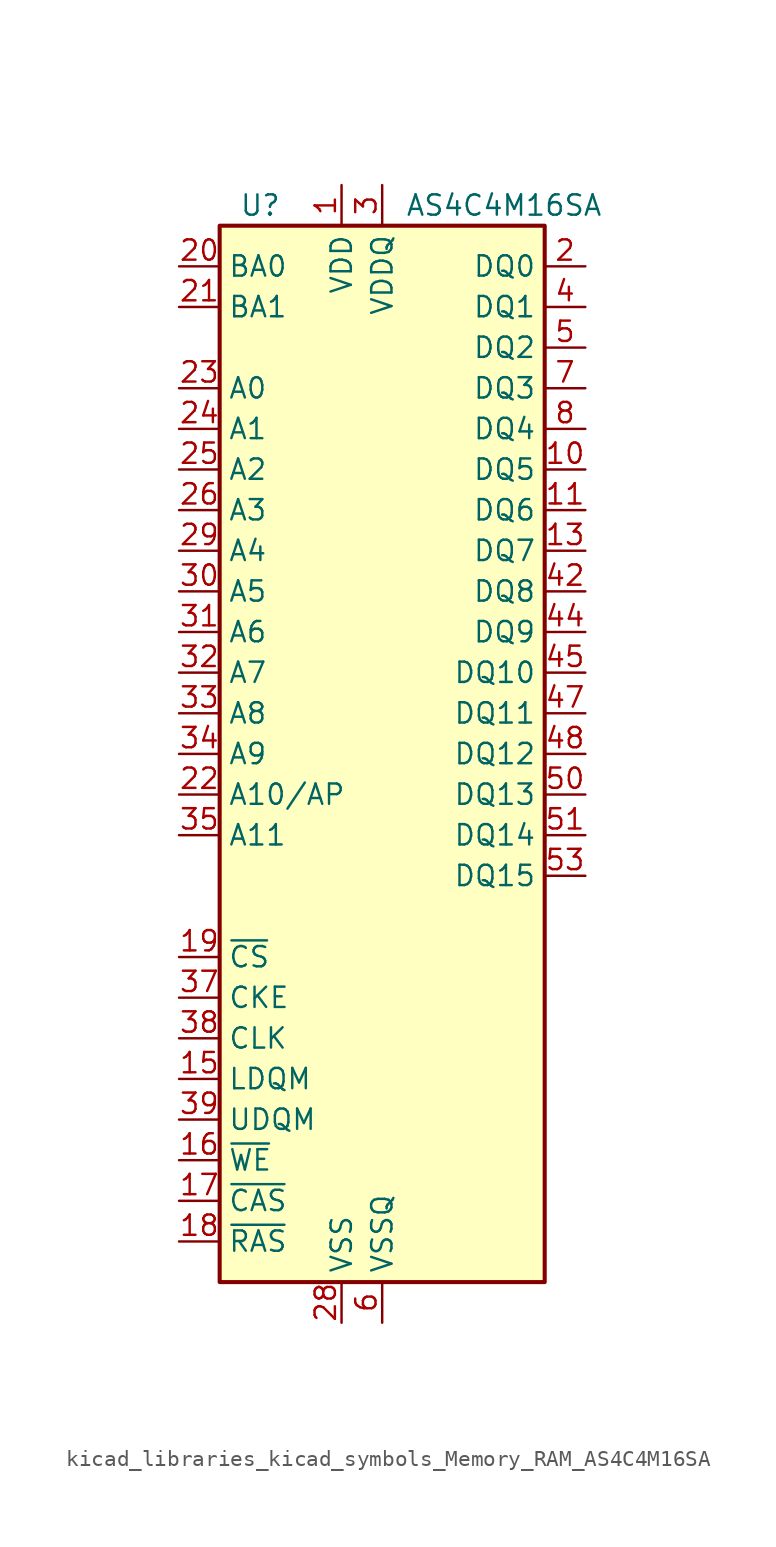
<source format=kicad_sym>
(kicad_symbol_lib
  (version 20220914)
  (generator kicad_symbol_editor)
  (symbol "kicad_libraries_kicad_symbols_Memory_RAM_AS4C4M16SA"
    (property "Reference" "U"
      (at -7.62 34.29 0)
      (effects (font (size 1.27 1.27))))
    (property "Value" "AS4C4M16SA"
      (at 7.62 34.29 0)
      (effects (font (size 1.27 1.27))))
    (symbol "kicad_libraries_kicad_symbols_Memory_RAM_AS4C4M16SA_0_1"
      (rectangle (start -10.16 33.02) (end 10.16 -33.02) (stroke (width 0.254) (type default)) (fill (type background))))
    (symbol "kicad_libraries_kicad_symbols_Memory_RAM_AS4C4M16SA_1_1"
      (pin power_in line (at -2.54 35.56 270) (length 2.54) (name "VDD" (effects (font (size 1.27 1.27)))) (number "1" (effects (font (size 1.27 1.27)))))
      (pin bidirectional line (at 12.7 17.78 180) (length 2.54) (name "DQ5" (effects (font (size 1.27 1.27)))) (number "10" (effects (font (size 1.27 1.27)))))
      (pin bidirectional line (at 12.7 15.24 180) (length 2.54) (name "DQ6" (effects (font (size 1.27 1.27)))) (number "11" (effects (font (size 1.27 1.27)))))
      (pin passive line (at 0 -35.56 90) (length 2.54) hide (name "VSSQ" (effects (font (size 1.27 1.27)))) (number "12" (effects (font (size 1.27 1.27)))))
      (pin bidirectional line (at 12.7 12.7 180) (length 2.54) (name "DQ7" (effects (font (size 1.27 1.27)))) (number "13" (effects (font (size 1.27 1.27)))))
      (pin passive line (at -2.54 35.56 270) (length 2.54) hide (name "VDD" (effects (font (size 1.27 1.27)))) (number "14" (effects (font (size 1.27 1.27)))))
      (pin input line (at -12.7 -20.32 0) (length 2.54) (name "LDQM" (effects (font (size 1.27 1.27)))) (number "15" (effects (font (size 1.27 1.27)))))
      (pin input line (at -12.7 -25.4 0) (length 2.54) (name "~{WE}" (effects (font (size 1.27 1.27)))) (number "16" (effects (font (size 1.27 1.27)))))
      (pin input line (at -12.7 -27.94 0) (length 2.54) (name "~{CAS}" (effects (font (size 1.27 1.27)))) (number "17" (effects (font (size 1.27 1.27)))))
      (pin input line (at -12.7 -30.48 0) (length 2.54) (name "~{RAS}" (effects (font (size 1.27 1.27)))) (number "18" (effects (font (size 1.27 1.27)))))
      (pin input line (at -12.7 -12.7 0) (length 2.54) (name "~{CS}" (effects (font (size 1.27 1.27)))) (number "19" (effects (font (size 1.27 1.27)))))
      (pin bidirectional line (at 12.7 30.48 180) (length 2.54) (name "DQ0" (effects (font (size 1.27 1.27)))) (number "2" (effects (font (size 1.27 1.27)))))
      (pin input line (at -12.7 30.48 0) (length 2.54) (name "BA0" (effects (font (size 1.27 1.27)))) (number "20" (effects (font (size 1.27 1.27)))))
      (pin input line (at -12.7 27.94 0) (length 2.54) (name "BA1" (effects (font (size 1.27 1.27)))) (number "21" (effects (font (size 1.27 1.27)))))
      (pin input line (at -12.7 -2.54 0) (length 2.54) (name "A10/AP" (effects (font (size 1.27 1.27)))) (number "22" (effects (font (size 1.27 1.27)))))
      (pin input line (at -12.7 22.86 0) (length 2.54) (name "A0" (effects (font (size 1.27 1.27)))) (number "23" (effects (font (size 1.27 1.27)))))
      (pin input line (at -12.7 20.32 0) (length 2.54) (name "A1" (effects (font (size 1.27 1.27)))) (number "24" (effects (font (size 1.27 1.27)))))
      (pin input line (at -12.7 17.78 0) (length 2.54) (name "A2" (effects (font (size 1.27 1.27)))) (number "25" (effects (font (size 1.27 1.27)))))
      (pin input line (at -12.7 15.24 0) (length 2.54) (name "A3" (effects (font (size 1.27 1.27)))) (number "26" (effects (font (size 1.27 1.27)))))
      (pin passive line (at -2.54 35.56 270) (length 2.54) hide (name "VDD" (effects (font (size 1.27 1.27)))) (number "27" (effects (font (size 1.27 1.27)))))
      (pin power_in line (at -2.54 -35.56 90) (length 2.54) (name "VSS" (effects (font (size 1.27 1.27)))) (number "28" (effects (font (size 1.27 1.27)))))
      (pin input line (at -12.7 12.7 0) (length 2.54) (name "A4" (effects (font (size 1.27 1.27)))) (number "29" (effects (font (size 1.27 1.27)))))
      (pin power_in line (at 0 35.56 270) (length 2.54) (name "VDDQ" (effects (font (size 1.27 1.27)))) (number "3" (effects (font (size 1.27 1.27)))))
      (pin input line (at -12.7 10.16 0) (length 2.54) (name "A5" (effects (font (size 1.27 1.27)))) (number "30" (effects (font (size 1.27 1.27)))))
      (pin input line (at -12.7 7.62 0) (length 2.54) (name "A6" (effects (font (size 1.27 1.27)))) (number "31" (effects (font (size 1.27 1.27)))))
      (pin input line (at -12.7 5.08 0) (length 2.54) (name "A7" (effects (font (size 1.27 1.27)))) (number "32" (effects (font (size 1.27 1.27)))))
      (pin input line (at -12.7 2.54 0) (length 2.54) (name "A8" (effects (font (size 1.27 1.27)))) (number "33" (effects (font (size 1.27 1.27)))))
      (pin input line (at -12.7 0 0) (length 2.54) (name "A9" (effects (font (size 1.27 1.27)))) (number "34" (effects (font (size 1.27 1.27)))))
      (pin input line (at -12.7 -5.08 0) (length 2.54) (name "A11" (effects (font (size 1.27 1.27)))) (number "35" (effects (font (size 1.27 1.27)))))
      (pin no_connect line (at 10.16 -17.78 180) (length 2.54) hide (name "NC" (effects (font (size 1.27 1.27)))) (number "36" (effects (font (size 1.27 1.27)))))
      (pin input line (at -12.7 -15.24 0) (length 2.54) (name "CKE" (effects (font (size 1.27 1.27)))) (number "37" (effects (font (size 1.27 1.27)))))
      (pin input line (at -12.7 -17.78 0) (length 2.54) (name "CLK" (effects (font (size 1.27 1.27)))) (number "38" (effects (font (size 1.27 1.27)))))
      (pin input line (at -12.7 -22.86 0) (length 2.54) (name "UDQM" (effects (font (size 1.27 1.27)))) (number "39" (effects (font (size 1.27 1.27)))))
      (pin bidirectional line (at 12.7 27.94 180) (length 2.54) (name "DQ1" (effects (font (size 1.27 1.27)))) (number "4" (effects (font (size 1.27 1.27)))))
      (pin no_connect line (at 10.16 -20.32 180) (length 2.54) hide (name "NC/RFU" (effects (font (size 1.27 1.27)))) (number "40" (effects (font (size 1.27 1.27)))))
      (pin passive line (at -2.54 -35.56 90) (length 2.54) hide (name "VSS" (effects (font (size 1.27 1.27)))) (number "41" (effects (font (size 1.27 1.27)))))
      (pin bidirectional line (at 12.7 10.16 180) (length 2.54) (name "DQ8" (effects (font (size 1.27 1.27)))) (number "42" (effects (font (size 1.27 1.27)))))
      (pin passive line (at 0 35.56 270) (length 2.54) hide (name "VDDQ" (effects (font (size 1.27 1.27)))) (number "43" (effects (font (size 1.27 1.27)))))
      (pin bidirectional line (at 12.7 7.62 180) (length 2.54) (name "DQ9" (effects (font (size 1.27 1.27)))) (number "44" (effects (font (size 1.27 1.27)))))
      (pin bidirectional line (at 12.7 5.08 180) (length 2.54) (name "DQ10" (effects (font (size 1.27 1.27)))) (number "45" (effects (font (size 1.27 1.27)))))
      (pin passive line (at 0 -35.56 90) (length 2.54) hide (name "VSSQ" (effects (font (size 1.27 1.27)))) (number "46" (effects (font (size 1.27 1.27)))))
      (pin bidirectional line (at 12.7 2.54 180) (length 2.54) (name "DQ11" (effects (font (size 1.27 1.27)))) (number "47" (effects (font (size 1.27 1.27)))))
      (pin bidirectional line (at 12.7 0 180) (length 2.54) (name "DQ12" (effects (font (size 1.27 1.27)))) (number "48" (effects (font (size 1.27 1.27)))))
      (pin passive line (at 0 35.56 270) (length 2.54) hide (name "VDDQ" (effects (font (size 1.27 1.27)))) (number "49" (effects (font (size 1.27 1.27)))))
      (pin bidirectional line (at 12.7 25.4 180) (length 2.54) (name "DQ2" (effects (font (size 1.27 1.27)))) (number "5" (effects (font (size 1.27 1.27)))))
      (pin bidirectional line (at 12.7 -2.54 180) (length 2.54) (name "DQ13" (effects (font (size 1.27 1.27)))) (number "50" (effects (font (size 1.27 1.27)))))
      (pin bidirectional line (at 12.7 -5.08 180) (length 2.54) (name "DQ14" (effects (font (size 1.27 1.27)))) (number "51" (effects (font (size 1.27 1.27)))))
      (pin passive line (at 0 -35.56 90) (length 2.54) hide (name "VSSQ" (effects (font (size 1.27 1.27)))) (number "52" (effects (font (size 1.27 1.27)))))
      (pin bidirectional line (at 12.7 -7.62 180) (length 2.54) (name "DQ15" (effects (font (size 1.27 1.27)))) (number "53" (effects (font (size 1.27 1.27)))))
      (pin passive line (at -2.54 -35.56 90) (length 2.54) hide (name "VSS" (effects (font (size 1.27 1.27)))) (number "54" (effects (font (size 1.27 1.27)))))
      (pin power_in line (at 0 -35.56 90) (length 2.54) (name "VSSQ" (effects (font (size 1.27 1.27)))) (number "6" (effects (font (size 1.27 1.27)))))
      (pin bidirectional line (at 12.7 22.86 180) (length 2.54) (name "DQ3" (effects (font (size 1.27 1.27)))) (number "7" (effects (font (size 1.27 1.27)))))
      (pin bidirectional line (at 12.7 20.32 180) (length 2.54) (name "DQ4" (effects (font (size 1.27 1.27)))) (number "8" (effects (font (size 1.27 1.27)))))
      (pin passive line (at 0 35.56 270) (length 2.54) hide (name "VDDQ" (effects (font (size 1.27 1.27)))) (number "9" (effects (font (size 1.27 1.27))))))))
</source>
